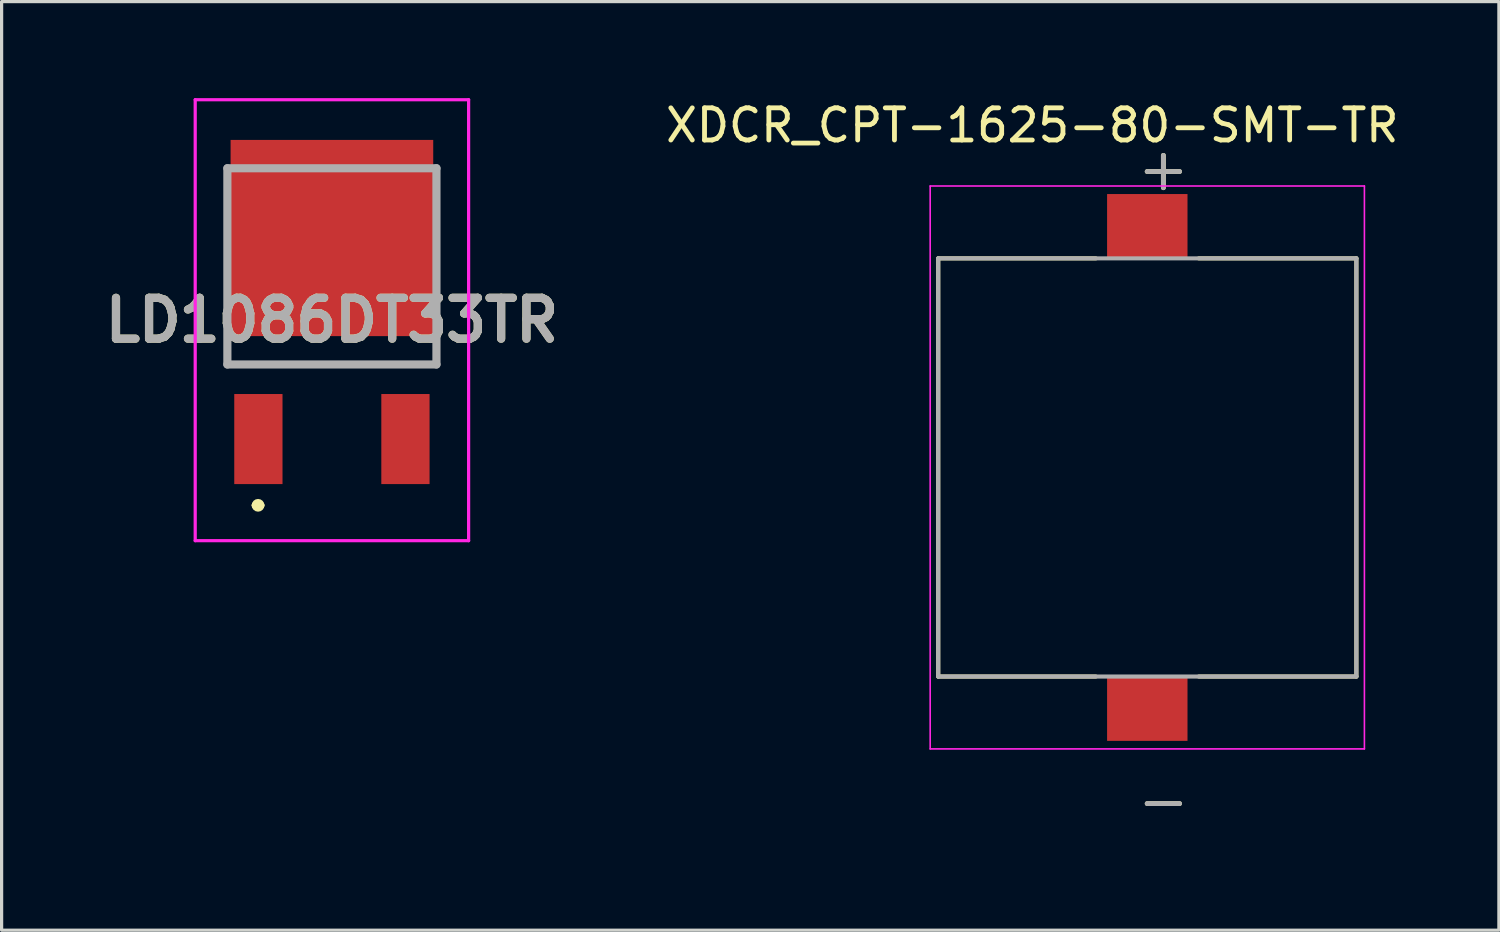
<source format=kicad_pcb>
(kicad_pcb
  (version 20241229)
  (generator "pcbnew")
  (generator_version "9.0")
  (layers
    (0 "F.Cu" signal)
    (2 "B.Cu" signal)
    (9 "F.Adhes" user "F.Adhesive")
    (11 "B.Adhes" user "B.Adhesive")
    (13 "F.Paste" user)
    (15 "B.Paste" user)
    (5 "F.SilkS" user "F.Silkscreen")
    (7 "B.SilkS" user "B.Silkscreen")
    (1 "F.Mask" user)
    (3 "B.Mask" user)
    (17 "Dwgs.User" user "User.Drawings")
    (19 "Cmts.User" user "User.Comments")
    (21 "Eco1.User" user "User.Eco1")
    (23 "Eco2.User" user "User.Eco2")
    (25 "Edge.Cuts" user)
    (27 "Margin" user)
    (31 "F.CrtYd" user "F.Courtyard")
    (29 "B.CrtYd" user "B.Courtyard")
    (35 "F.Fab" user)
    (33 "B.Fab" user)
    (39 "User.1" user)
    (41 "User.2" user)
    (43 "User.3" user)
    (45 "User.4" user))
  (footprint "LD1086DT33TR"
    (layer "F.Cu")
    (at 7.269 1.3)
    (property "Reference" "LD1086DT33TR" (at 0 5.605 0) (layer "F.SilkS") (effects (font (size 1.27 1.27) (thickness 0.254))))
    (attr smd)
    (fp_line (start -3.25 6.981) (end 3.25 6.981) (stroke (width 0.1) (type solid)) (layer "F.SilkS"))
    (fp_line (start -2.395 11.36) (end -2.395 11.36) (stroke (width 0.198) (type solid)) (layer "F.SilkS"))
    (fp_line (start -2.197 11.36) (end -2.197 11.36) (stroke (width 0.198) (type solid)) (layer "F.SilkS"))
    (fp_arc (start -2.395 11.36) (mid -2.296 11.261) (end -2.197 11.36) (stroke (width 0.19849) (type solid)) (layer "F.SilkS"))
    (fp_arc (start -2.197 11.36) (mid -2.296 11.459) (end -2.395 11.36) (stroke (width 0.19849) (type solid)) (layer "F.SilkS"))
    (fp_line (start -4.25 -1.25) (end 4.25 -1.25) (stroke (width 0.1) (type solid)) (layer "F.CrtYd"))
    (fp_line (start -4.25 12.459) (end -4.25 -1.25) (stroke (width 0.1) (type solid)) (layer "F.CrtYd"))
    (fp_line (start 4.25 -1.25) (end 4.25 12.459) (stroke (width 0.1) (type solid)) (layer "F.CrtYd"))
    (fp_line (start 4.25 12.459) (end -4.25 12.459) (stroke (width 0.1) (type solid)) (layer "F.CrtYd"))
    (fp_line (start -3.25 0.881) (end 3.25 0.881) (stroke (width 0.254) (type solid)) (layer "F.Fab"))
    (fp_line (start -3.25 6.981) (end -3.25 0.881) (stroke (width 0.254) (type solid)) (layer "F.Fab"))
    (fp_line (start 3.25 0.881) (end 3.25 6.981) (stroke (width 0.254) (type solid)) (layer "F.Fab"))
    (fp_line (start 3.25 6.981) (end -3.25 6.981) (stroke (width 0.254) (type solid)) (layer "F.Fab"))
    (fp_text user "${REFERENCE}" (at 0 5.605 0) (layer "F.Fab") (effects (font (size 1.27 1.27) (thickness 0.254))))
    (pad "1" smd rect (at -2.286 9.3) (size 1.5 2.8) (layers "F.Cu" "F.Mask" "F.Paste"))
    (pad "2" smd rect (at 0 3.05 90) (size 6.1 6.3) (layers "F.Cu" "F.Mask" "F.Paste"))
    (pad "3" smd rect (at 2.286 9.3) (size 1.5 2.8) (layers "F.Cu" "F.Mask" "F.Paste")))
  (footprint "XDCR_CPT-1625-80-SMT-TR"
    (layer "F.Cu")
    (at 32.619 11.483)
    (property "Reference" "XDCR_CPT-1625-80-SMT-TR" (at -3.575 -10.635 0) (layer "F.SilkS") (effects (font (size 1 1) (thickness 0.15))))
    (attr smd)
    (fp_line (start -6.5 -6.5) (end -6.5 6.5) (stroke (width 0.127) (type solid)) (layer "F.SilkS"))
    (fp_line (start -6.5 6.5) (end -1.6 6.5) (stroke (width 0.127) (type solid)) (layer "F.SilkS"))
    (fp_line (start -1.6 -6.5) (end -6.5 -6.5) (stroke (width 0.127) (type solid)) (layer "F.SilkS"))
    (fp_line (start 1.6 -6.5) (end 6.5 -6.5) (stroke (width 0.127) (type solid)) (layer "F.SilkS"))
    (fp_line (start 6.5 -6.5) (end 6.5 6.5) (stroke (width 0.127) (type solid)) (layer "F.SilkS"))
    (fp_line (start 6.5 6.5) (end 1.6 6.5) (stroke (width 0.127) (type solid)) (layer "F.SilkS"))
    (fp_line (start -6.75 -8.75) (end 6.75 -8.75) (stroke (width 0.05) (type solid)) (layer "F.CrtYd"))
    (fp_line (start -6.75 8.75) (end -6.75 -8.75) (stroke (width 0.05) (type solid)) (layer "F.CrtYd"))
    (fp_line (start 6.75 -8.75) (end 6.75 8.75) (stroke (width 0.05) (type solid)) (layer "F.CrtYd"))
    (fp_line (start 6.75 8.75) (end -6.75 8.75) (stroke (width 0.05) (type solid)) (layer "F.CrtYd"))
    (fp_line (start -6.5 -6.5) (end 6.5 -6.5) (stroke (width 0.127) (type solid)) (layer "F.Fab"))
    (fp_line (start -6.5 6.5) (end -6.5 -6.5) (stroke (width 0.127) (type solid)) (layer "F.Fab"))
    (fp_line (start 6.5 -6.5) (end 6.5 6.5) (stroke (width 0.127) (type solid)) (layer "F.Fab"))
    (fp_line (start 6.5 6.5) (end -6.5 6.5) (stroke (width 0.127) (type solid)) (layer "F.Fab"))
    (fp_text user "+" (at 0.5 -9.3 0) (layer "F.SilkS") (effects (font (size 1.32 1.32) (thickness 0.15))))
    (fp_text user "-" (at 0.5 10.35 0) (layer "F.SilkS") (effects (font (size 1.32 1.32) (thickness 0.15))))
    (fp_text user "-" (at 0.5 10.35 0) (layer "F.Fab") (effects (font (size 1.32 1.32) (thickness 0.15))))
    (fp_text user "+" (at 0.5 -9.3 0) (layer "F.Fab") (effects (font (size 1.32 1.32) (thickness 0.15))))
    (pad "N" smd rect (at 0 7.5) (size 2.5 2) (layers "F.Cu" "F.Mask" "F.Paste"))
    (pad "P" smd rect (at 0 -7.5) (size 2.5 2) (layers "F.Cu" "F.Mask" "F.Paste")))
  (gr_rect
    (start -3 -3)
    (end 43.55 25.869)
    (stroke (width 0.1) (type default))
    (fill no)
    (layer "Edge.Cuts")))
</source>
